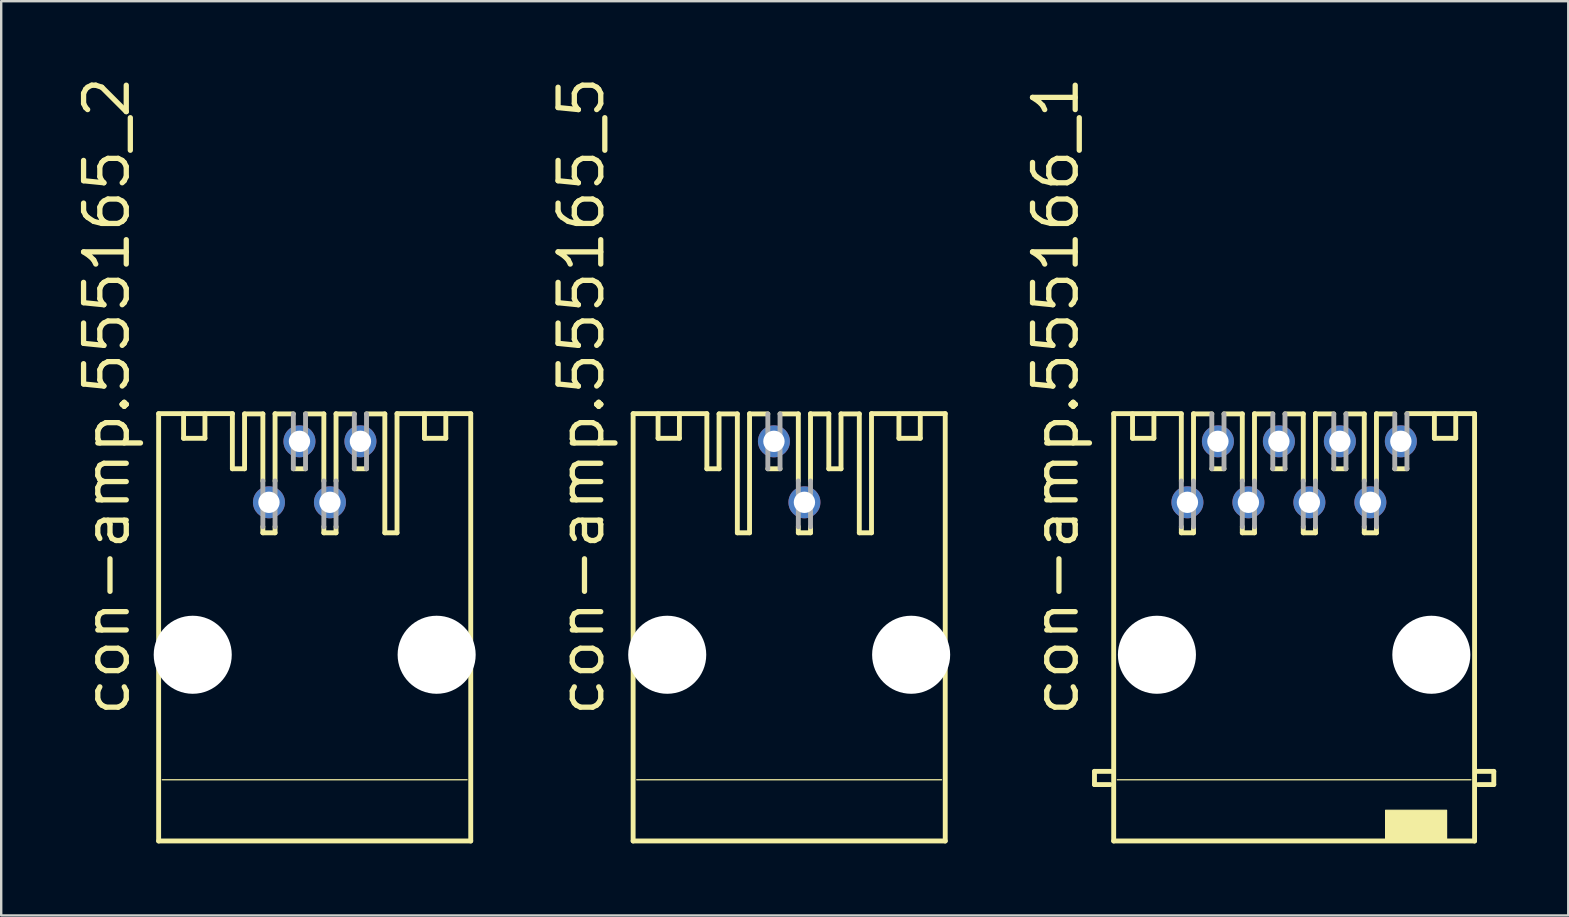
<source format=kicad_pcb>
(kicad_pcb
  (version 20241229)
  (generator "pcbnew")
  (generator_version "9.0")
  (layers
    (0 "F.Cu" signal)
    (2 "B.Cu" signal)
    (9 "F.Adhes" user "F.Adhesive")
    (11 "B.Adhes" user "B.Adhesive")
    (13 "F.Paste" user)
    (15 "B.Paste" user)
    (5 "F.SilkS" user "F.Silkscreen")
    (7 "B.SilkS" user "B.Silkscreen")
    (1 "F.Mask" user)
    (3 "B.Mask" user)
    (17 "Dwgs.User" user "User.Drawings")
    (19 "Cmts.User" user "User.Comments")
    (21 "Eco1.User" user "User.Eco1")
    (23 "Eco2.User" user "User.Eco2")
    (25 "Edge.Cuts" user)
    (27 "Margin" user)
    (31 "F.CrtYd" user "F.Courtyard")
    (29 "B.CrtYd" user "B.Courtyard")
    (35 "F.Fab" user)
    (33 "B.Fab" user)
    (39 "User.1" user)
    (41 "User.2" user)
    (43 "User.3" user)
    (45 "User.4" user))
  (footprint "con-amp.555166_1"
    (layer "F.Cu")
    (at 50.855 23.08)
    (property "Reference" "con-amp.555166_1" (at -8.89 3.81 90) (layer "F.SilkS") (effects (font (size 1.778 1.778) (thickness 0.22)) (justify left bottom)))
    (attr through_hole)
    (fp_line (start -8.316 6) (end -7.616 6) (stroke (width 0.203) (type default)) (layer "F.SilkS"))
    (fp_line (start -8.316 6.55) (end -8.316 6) (stroke (width 0.203) (type default)) (layer "F.SilkS"))
    (fp_line (start -7.666 6.55) (end -8.316 6.55) (stroke (width 0.203) (type default)) (layer "F.SilkS"))
    (fp_line (start -7.516 -8.9) (end -4.699 -8.9) (stroke (width 0.203) (type default)) (layer "F.SilkS"))
    (fp_line (start -7.516 8.9) (end -7.516 -8.9) (stroke (width 0.203) (type default)) (layer "F.SilkS"))
    (fp_line (start -7.366 6.35) (end 7.366 6.35) (stroke (width 0.051) (type default)) (layer "F.SilkS"))
    (fp_line (start -6.731 -8.89) (end -6.731 -7.874) (stroke (width 0.203) (type default)) (layer "F.SilkS"))
    (fp_line (start -6.731 -7.874) (end -5.842 -7.874) (stroke (width 0.203) (type default)) (layer "F.SilkS"))
    (fp_line (start -5.842 -7.874) (end -5.842 -8.89) (stroke (width 0.203) (type default)) (layer "F.SilkS"))
    (fp_line (start -4.699 -6.096) (end -4.699 -8.89) (stroke (width 0.203) (type default)) (layer "F.SilkS"))
    (fp_line (start -4.699 -3.937) (end -4.699 -4.191) (stroke (width 0.203) (type default)) (layer "F.SilkS"))
    (fp_line (start -4.191 -8.89) (end -3.429 -8.89) (stroke (width 0.203) (type default)) (layer "F.SilkS"))
    (fp_line (start -4.191 -6.096) (end -4.191 -8.9) (stroke (width 0.203) (type default)) (layer "F.SilkS"))
    (fp_line (start -4.191 -3.937) (end -4.699 -3.937) (stroke (width 0.203) (type default)) (layer "F.SilkS"))
    (fp_line (start -4.191 -3.937) (end -4.191 -4.191) (stroke (width 0.203) (type default)) (layer "F.SilkS"))
    (fp_line (start -2.921 -8.89) (end -2.159 -8.89) (stroke (width 0.203) (type default)) (layer "F.SilkS"))
    (fp_line (start -2.921 -6.604) (end -3.429 -6.604) (stroke (width 0.203) (type default)) (layer "F.SilkS"))
    (fp_line (start -2.159 -6.096) (end -2.159 -8.89) (stroke (width 0.203) (type default)) (layer "F.SilkS"))
    (fp_line (start -2.159 -3.937) (end -2.159 -4.191) (stroke (width 0.203) (type default)) (layer "F.SilkS"))
    (fp_line (start -1.651 -8.89) (end -0.889 -8.89) (stroke (width 0.203) (type default)) (layer "F.SilkS"))
    (fp_line (start -1.651 -6.096) (end -1.651 -8.9) (stroke (width 0.203) (type default)) (layer "F.SilkS"))
    (fp_line (start -1.651 -3.937) (end -2.159 -3.937) (stroke (width 0.203) (type default)) (layer "F.SilkS"))
    (fp_line (start -1.651 -3.937) (end -1.651 -4.191) (stroke (width 0.203) (type default)) (layer "F.SilkS"))
    (fp_line (start -0.381 -8.89) (end 0.381 -8.89) (stroke (width 0.203) (type default)) (layer "F.SilkS"))
    (fp_line (start -0.381 -6.604) (end -0.889 -6.604) (stroke (width 0.203) (type default)) (layer "F.SilkS"))
    (fp_line (start 0.381 -6.096) (end 0.381 -8.89) (stroke (width 0.203) (type default)) (layer "F.SilkS"))
    (fp_line (start 0.381 -3.937) (end 0.381 -4.191) (stroke (width 0.203) (type default)) (layer "F.SilkS"))
    (fp_line (start 0.889 -8.89) (end 0.889 -8.9) (stroke (width 0.203) (type default)) (layer "F.SilkS"))
    (fp_line (start 0.889 -8.89) (end 1.651 -8.89) (stroke (width 0.203) (type default)) (layer "F.SilkS"))
    (fp_line (start 0.889 -6.096) (end 0.889 -8.89) (stroke (width 0.203) (type default)) (layer "F.SilkS"))
    (fp_line (start 0.889 -3.937) (end 0.381 -3.937) (stroke (width 0.203) (type default)) (layer "F.SilkS"))
    (fp_line (start 0.889 -3.937) (end 0.889 -4.191) (stroke (width 0.203) (type default)) (layer "F.SilkS"))
    (fp_line (start 2.159 -8.89) (end 2.921 -8.89) (stroke (width 0.203) (type default)) (layer "F.SilkS"))
    (fp_line (start 2.159 -6.604) (end 1.651 -6.604) (stroke (width 0.203) (type default)) (layer "F.SilkS"))
    (fp_line (start 2.921 -6.096) (end 2.921 -8.89) (stroke (width 0.203) (type default)) (layer "F.SilkS"))
    (fp_line (start 2.921 -3.937) (end 2.921 -4.191) (stroke (width 0.203) (type default)) (layer "F.SilkS"))
    (fp_line (start 3.429 -8.89) (end 4.191 -8.89) (stroke (width 0.203) (type default)) (layer "F.SilkS"))
    (fp_line (start 3.429 -6.096) (end 3.429 -8.9) (stroke (width 0.203) (type default)) (layer "F.SilkS"))
    (fp_line (start 3.429 -3.937) (end 2.921 -3.937) (stroke (width 0.203) (type default)) (layer "F.SilkS"))
    (fp_line (start 3.429 -3.937) (end 3.429 -4.191) (stroke (width 0.203) (type default)) (layer "F.SilkS"))
    (fp_line (start 4.699 -8.9) (end 7.516 -8.9) (stroke (width 0.203) (type default)) (layer "F.SilkS"))
    (fp_line (start 4.699 -6.604) (end 4.191 -6.604) (stroke (width 0.203) (type default)) (layer "F.SilkS"))
    (fp_line (start 5.842 -7.874) (end 5.842 -8.89) (stroke (width 0.203) (type default)) (layer "F.SilkS"))
    (fp_line (start 6.731 -8.89) (end 6.731 -7.874) (stroke (width 0.203) (type default)) (layer "F.SilkS"))
    (fp_line (start 6.731 -7.874) (end 5.842 -7.874) (stroke (width 0.203) (type default)) (layer "F.SilkS"))
    (fp_line (start 7.516 -8.9) (end 7.516 8.9) (stroke (width 0.203) (type default)) (layer "F.SilkS"))
    (fp_line (start 7.516 8.9) (end -7.516 8.9) (stroke (width 0.203) (type default)) (layer "F.SilkS"))
    (fp_line (start 7.666 6.55) (end 8.316 6.55) (stroke (width 0.203) (type default)) (layer "F.SilkS"))
    (fp_line (start 8.316 6) (end 7.616 6) (stroke (width 0.203) (type default)) (layer "F.SilkS"))
    (fp_line (start 8.316 6.55) (end 8.316 6) (stroke (width 0.203) (type default)) (layer "F.SilkS"))
    (fp_rect (start 3.81 8.89) (end 6.35 7.62) (stroke (width 0.05) (type default)) (fill yes) (layer "F.SilkS"))
    (fp_line (start -4.699 -6.096) (end -4.699 -4.191) (stroke (width 0.203) (type default)) (layer "F.Fab"))
    (fp_line (start -4.191 -6.096) (end -4.191 -4.191) (stroke (width 0.203) (type default)) (layer "F.Fab"))
    (fp_line (start -3.429 -8.89) (end -3.429 -6.604) (stroke (width 0.203) (type default)) (layer "F.Fab"))
    (fp_line (start -2.921 -8.89) (end -2.921 -6.604) (stroke (width 0.203) (type default)) (layer "F.Fab"))
    (fp_line (start -2.159 -6.096) (end -2.159 -4.191) (stroke (width 0.203) (type default)) (layer "F.Fab"))
    (fp_line (start -1.651 -6.096) (end -1.651 -4.191) (stroke (width 0.203) (type default)) (layer "F.Fab"))
    (fp_line (start -0.889 -8.89) (end -0.889 -6.604) (stroke (width 0.203) (type default)) (layer "F.Fab"))
    (fp_line (start -0.381 -8.89) (end -0.381 -6.604) (stroke (width 0.203) (type default)) (layer "F.Fab"))
    (fp_line (start 0.381 -6.096) (end 0.381 -4.191) (stroke (width 0.203) (type default)) (layer "F.Fab"))
    (fp_line (start 0.889 -6.096) (end 0.889 -4.191) (stroke (width 0.203) (type default)) (layer "F.Fab"))
    (fp_line (start 1.651 -8.89) (end 1.651 -6.604) (stroke (width 0.203) (type default)) (layer "F.Fab"))
    (fp_line (start 2.159 -8.89) (end 2.159 -6.604) (stroke (width 0.203) (type default)) (layer "F.Fab"))
    (fp_line (start 2.921 -6.096) (end 2.921 -4.191) (stroke (width 0.203) (type default)) (layer "F.Fab"))
    (fp_line (start 3.429 -6.096) (end 3.429 -4.191) (stroke (width 0.203) (type default)) (layer "F.Fab"))
    (fp_line (start 4.191 -8.89) (end 4.191 -6.604) (stroke (width 0.203) (type default)) (layer "F.Fab"))
    (fp_line (start 4.699 -8.89) (end 4.699 -6.604) (stroke (width 0.203) (type default)) (layer "F.Fab"))
    (pad "" np_thru_hole circle (at -5.715 1.143) (size 3.251 3.251) (drill 3.251) (layers "*.Cu" "*.Mask"))
    (pad "" np_thru_hole circle (at 5.715 1.143) (size 3.251 3.251) (drill 3.251) (layers "*.Cu" "*.Mask"))
    (pad "1" thru_hole circle (at -4.445 -5.207) (size 1.333 1.333) (drill 0.889) (layers "*.Cu" "*.Mask"))
    (pad "2" thru_hole circle (at -3.175 -7.747) (size 1.333 1.333) (drill 0.889) (layers "*.Cu" "*.Mask"))
    (pad "3" thru_hole circle (at -1.905 -5.207) (size 1.333 1.333) (drill 0.889) (layers "*.Cu" "*.Mask"))
    (pad "4" thru_hole circle (at -0.635 -7.747) (size 1.333 1.333) (drill 0.889) (layers "*.Cu" "*.Mask"))
    (pad "5" thru_hole circle (at 0.635 -5.207) (size 1.333 1.333) (drill 0.889) (layers "*.Cu" "*.Mask"))
    (pad "6" thru_hole circle (at 1.905 -7.747) (size 1.333 1.333) (drill 0.889) (layers "*.Cu" "*.Mask"))
    (pad "7" thru_hole circle (at 3.175 -5.207) (size 1.333 1.333) (drill 0.889) (layers "*.Cu" "*.Mask"))
    (pad "8" thru_hole circle (at 4.445 -7.747) (size 1.333 1.333) (drill 0.889) (layers "*.Cu" "*.Mask")))
  (footprint "con-amp.555165_5"
    (layer "F.Cu")
    (at 29.822 23.08)
    (property "Reference" "con-amp.555165_5" (at -7.62 3.81 90) (layer "F.SilkS") (effects (font (size 1.778 1.778) (thickness 0.22)) (justify left bottom)))
    (attr through_hole)
    (fp_line (start -6.5 -8.9) (end -3.429 -8.9) (stroke (width 0.203) (type default)) (layer "F.SilkS"))
    (fp_line (start -6.5 8.9) (end -6.5 -8.9) (stroke (width 0.203) (type default)) (layer "F.SilkS"))
    (fp_line (start -6.35 6.35) (end 6.35 6.35) (stroke (width 0.051) (type default)) (layer "F.SilkS"))
    (fp_line (start -5.461 -8.89) (end -5.461 -7.874) (stroke (width 0.203) (type default)) (layer "F.SilkS"))
    (fp_line (start -5.461 -7.874) (end -4.572 -7.874) (stroke (width 0.203) (type default)) (layer "F.SilkS"))
    (fp_line (start -4.572 -7.874) (end -4.572 -8.89) (stroke (width 0.203) (type default)) (layer "F.SilkS"))
    (fp_line (start -3.429 -8.9) (end -3.429 -6.604) (stroke (width 0.203) (type default)) (layer "F.SilkS"))
    (fp_line (start -2.921 -8.89) (end -2.921 -6.604) (stroke (width 0.203) (type default)) (layer "F.SilkS"))
    (fp_line (start -2.921 -8.89) (end -2.159 -8.89) (stroke (width 0.203) (type default)) (layer "F.SilkS"))
    (fp_line (start -2.921 -6.604) (end -3.429 -6.604) (stroke (width 0.203) (type default)) (layer "F.SilkS"))
    (fp_line (start -2.159 -3.937) (end -2.159 -8.89) (stroke (width 0.203) (type default)) (layer "F.SilkS"))
    (fp_line (start -1.651 -8.89) (end -0.889 -8.89) (stroke (width 0.203) (type default)) (layer "F.SilkS"))
    (fp_line (start -1.651 -3.937) (end -2.159 -3.937) (stroke (width 0.203) (type default)) (layer "F.SilkS"))
    (fp_line (start -1.651 -3.937) (end -1.651 -8.9) (stroke (width 0.203) (type default)) (layer "F.SilkS"))
    (fp_line (start -0.381 -8.89) (end 0.381 -8.89) (stroke (width 0.203) (type default)) (layer "F.SilkS"))
    (fp_line (start -0.381 -6.604) (end -0.889 -6.604) (stroke (width 0.203) (type default)) (layer "F.SilkS"))
    (fp_line (start 0.381 -6.096) (end 0.381 -8.89) (stroke (width 0.203) (type default)) (layer "F.SilkS"))
    (fp_line (start 0.381 -3.937) (end 0.381 -4.191) (stroke (width 0.203) (type default)) (layer "F.SilkS"))
    (fp_line (start 0.889 -8.89) (end 1.651 -8.89) (stroke (width 0.203) (type default)) (layer "F.SilkS"))
    (fp_line (start 0.889 -6.096) (end 0.889 -8.9) (stroke (width 0.203) (type default)) (layer "F.SilkS"))
    (fp_line (start 0.889 -3.937) (end 0.381 -3.937) (stroke (width 0.203) (type default)) (layer "F.SilkS"))
    (fp_line (start 0.889 -3.937) (end 0.889 -4.191) (stroke (width 0.203) (type default)) (layer "F.SilkS"))
    (fp_line (start 1.651 -8.89) (end 1.651 -6.604) (stroke (width 0.203) (type default)) (layer "F.SilkS"))
    (fp_line (start 2.159 -8.89) (end 2.159 -6.604) (stroke (width 0.203) (type default)) (layer "F.SilkS"))
    (fp_line (start 2.159 -8.89) (end 2.921 -8.89) (stroke (width 0.203) (type default)) (layer "F.SilkS"))
    (fp_line (start 2.159 -6.604) (end 1.651 -6.604) (stroke (width 0.203) (type default)) (layer "F.SilkS"))
    (fp_line (start 2.921 -3.937) (end 2.921 -8.89) (stroke (width 0.203) (type default)) (layer "F.SilkS"))
    (fp_line (start 3.429 -8.9) (end 6.5 -8.9) (stroke (width 0.203) (type default)) (layer "F.SilkS"))
    (fp_line (start 3.429 -3.937) (end 2.921 -3.937) (stroke (width 0.203) (type default)) (layer "F.SilkS"))
    (fp_line (start 3.429 -3.937) (end 3.429 -8.9) (stroke (width 0.203) (type default)) (layer "F.SilkS"))
    (fp_line (start 4.572 -7.874) (end 4.572 -8.89) (stroke (width 0.203) (type default)) (layer "F.SilkS"))
    (fp_line (start 5.461 -8.89) (end 5.461 -7.874) (stroke (width 0.203) (type default)) (layer "F.SilkS"))
    (fp_line (start 5.461 -7.874) (end 4.572 -7.874) (stroke (width 0.203) (type default)) (layer "F.SilkS"))
    (fp_line (start 6.5 -8.9) (end 6.5 8.9) (stroke (width 0.203) (type default)) (layer "F.SilkS"))
    (fp_line (start 6.5 8.9) (end -6.5 8.9) (stroke (width 0.203) (type default)) (layer "F.SilkS"))
    (fp_line (start -0.889 -8.89) (end -0.889 -6.604) (stroke (width 0.203) (type default)) (layer "F.Fab"))
    (fp_line (start -0.381 -8.89) (end -0.381 -6.604) (stroke (width 0.203) (type default)) (layer "F.Fab"))
    (fp_line (start 0.381 -6.096) (end 0.381 -4.191) (stroke (width 0.203) (type default)) (layer "F.Fab"))
    (fp_line (start 0.889 -6.096) (end 0.889 -4.191) (stroke (width 0.203) (type default)) (layer "F.Fab"))
    (pad "" np_thru_hole circle (at -5.08 1.143) (size 3.251 3.251) (drill 3.251) (layers "*.Cu" "*.Mask"))
    (pad "" np_thru_hole circle (at 5.08 1.143) (size 3.251 3.251) (drill 3.251) (layers "*.Cu" "*.Mask"))
    (pad "1" thru_hole circle (at -0.635 -7.747) (size 1.333 1.333) (drill 0.889) (layers "*.Cu" "*.Mask"))
    (pad "2" thru_hole circle (at 0.635 -5.207) (size 1.333 1.333) (drill 0.889) (layers "*.Cu" "*.Mask")))
  (footprint "con-amp.555165_2"
    (layer "F.Cu")
    (at 10.058 23.08)
    (property "Reference" "con-amp.555165_2" (at -7.62 3.81 90) (layer "F.SilkS") (effects (font (size 1.778 1.778) (thickness 0.22)) (justify left bottom)))
    (attr through_hole)
    (fp_line (start -6.5 -8.9) (end -3.429 -8.9) (stroke (width 0.203) (type default)) (layer "F.SilkS"))
    (fp_line (start -6.5 8.9) (end -6.5 -8.9) (stroke (width 0.203) (type default)) (layer "F.SilkS"))
    (fp_line (start -6.35 6.35) (end 6.35 6.35) (stroke (width 0.051) (type default)) (layer "F.SilkS"))
    (fp_line (start -5.461 -8.89) (end -5.461 -7.874) (stroke (width 0.203) (type default)) (layer "F.SilkS"))
    (fp_line (start -5.461 -7.874) (end -4.572 -7.874) (stroke (width 0.203) (type default)) (layer "F.SilkS"))
    (fp_line (start -4.572 -7.874) (end -4.572 -8.89) (stroke (width 0.203) (type default)) (layer "F.SilkS"))
    (fp_line (start -3.429 -8.9) (end -3.429 -6.604) (stroke (width 0.203) (type default)) (layer "F.SilkS"))
    (fp_line (start -2.921 -8.89) (end -2.921 -6.604) (stroke (width 0.203) (type default)) (layer "F.SilkS"))
    (fp_line (start -2.921 -8.89) (end -2.159 -8.89) (stroke (width 0.203) (type default)) (layer "F.SilkS"))
    (fp_line (start -2.921 -6.604) (end -3.429 -6.604) (stroke (width 0.203) (type default)) (layer "F.SilkS"))
    (fp_line (start -2.159 -6.096) (end -2.159 -8.89) (stroke (width 0.203) (type default)) (layer "F.SilkS"))
    (fp_line (start -2.159 -3.937) (end -2.159 -4.191) (stroke (width 0.203) (type default)) (layer "F.SilkS"))
    (fp_line (start -1.651 -8.89) (end -0.889 -8.89) (stroke (width 0.203) (type default)) (layer "F.SilkS"))
    (fp_line (start -1.651 -6.096) (end -1.651 -8.9) (stroke (width 0.203) (type default)) (layer "F.SilkS"))
    (fp_line (start -1.651 -3.937) (end -2.159 -3.937) (stroke (width 0.203) (type default)) (layer "F.SilkS"))
    (fp_line (start -1.651 -3.937) (end -1.651 -4.191) (stroke (width 0.203) (type default)) (layer "F.SilkS"))
    (fp_line (start -0.381 -8.89) (end 0.381 -8.89) (stroke (width 0.203) (type default)) (layer "F.SilkS"))
    (fp_line (start -0.381 -6.604) (end -0.889 -6.604) (stroke (width 0.203) (type default)) (layer "F.SilkS"))
    (fp_line (start 0.381 -6.096) (end 0.381 -8.89) (stroke (width 0.203) (type default)) (layer "F.SilkS"))
    (fp_line (start 0.381 -3.937) (end 0.381 -4.191) (stroke (width 0.203) (type default)) (layer "F.SilkS"))
    (fp_line (start 0.889 -8.89) (end 1.651 -8.89) (stroke (width 0.203) (type default)) (layer "F.SilkS"))
    (fp_line (start 0.889 -6.096) (end 0.889 -8.9) (stroke (width 0.203) (type default)) (layer "F.SilkS"))
    (fp_line (start 0.889 -3.937) (end 0.381 -3.937) (stroke (width 0.203) (type default)) (layer "F.SilkS"))
    (fp_line (start 0.889 -3.937) (end 0.889 -4.191) (stroke (width 0.203) (type default)) (layer "F.SilkS"))
    (fp_line (start 2.159 -8.89) (end 2.921 -8.89) (stroke (width 0.203) (type default)) (layer "F.SilkS"))
    (fp_line (start 2.159 -6.604) (end 1.651 -6.604) (stroke (width 0.203) (type default)) (layer "F.SilkS"))
    (fp_line (start 2.921 -3.937) (end 2.921 -8.89) (stroke (width 0.203) (type default)) (layer "F.SilkS"))
    (fp_line (start 3.429 -8.9) (end 6.5 -8.9) (stroke (width 0.203) (type default)) (layer "F.SilkS"))
    (fp_line (start 3.429 -3.937) (end 2.921 -3.937) (stroke (width 0.203) (type default)) (layer "F.SilkS"))
    (fp_line (start 3.429 -3.937) (end 3.429 -8.9) (stroke (width 0.203) (type default)) (layer "F.SilkS"))
    (fp_line (start 4.572 -7.874) (end 4.572 -8.89) (stroke (width 0.203) (type default)) (layer "F.SilkS"))
    (fp_line (start 5.461 -8.89) (end 5.461 -7.874) (stroke (width 0.203) (type default)) (layer "F.SilkS"))
    (fp_line (start 5.461 -7.874) (end 4.572 -7.874) (stroke (width 0.203) (type default)) (layer "F.SilkS"))
    (fp_line (start 6.5 -8.9) (end 6.5 8.9) (stroke (width 0.203) (type default)) (layer "F.SilkS"))
    (fp_line (start 6.5 8.9) (end -6.5 8.9) (stroke (width 0.203) (type default)) (layer "F.SilkS"))
    (fp_line (start -2.159 -6.096) (end -2.159 -4.191) (stroke (width 0.203) (type default)) (layer "F.Fab"))
    (fp_line (start -1.651 -6.096) (end -1.651 -4.191) (stroke (width 0.203) (type default)) (layer "F.Fab"))
    (fp_line (start -0.889 -8.89) (end -0.889 -6.604) (stroke (width 0.203) (type default)) (layer "F.Fab"))
    (fp_line (start -0.381 -8.89) (end -0.381 -6.604) (stroke (width 0.203) (type default)) (layer "F.Fab"))
    (fp_line (start 0.381 -6.096) (end 0.381 -4.191) (stroke (width 0.203) (type default)) (layer "F.Fab"))
    (fp_line (start 0.889 -6.096) (end 0.889 -4.191) (stroke (width 0.203) (type default)) (layer "F.Fab"))
    (fp_line (start 1.651 -8.89) (end 1.651 -6.604) (stroke (width 0.203) (type default)) (layer "F.Fab"))
    (fp_line (start 2.159 -8.89) (end 2.159 -6.604) (stroke (width 0.203) (type default)) (layer "F.Fab"))
    (pad "" np_thru_hole circle (at -5.08 1.143) (size 3.251 3.251) (drill 3.251) (layers "*.Cu" "*.Mask"))
    (pad "" np_thru_hole circle (at 5.08 1.143) (size 3.251 3.251) (drill 3.251) (layers "*.Cu" "*.Mask"))
    (pad "1" thru_hole circle (at -1.905 -5.207) (size 1.333 1.333) (drill 0.889) (layers "*.Cu" "*.Mask"))
    (pad "2" thru_hole circle (at -0.635 -7.747) (size 1.333 1.333) (drill 0.889) (layers "*.Cu" "*.Mask"))
    (pad "3" thru_hole circle (at 0.635 -5.207) (size 1.333 1.333) (drill 0.889) (layers "*.Cu" "*.Mask"))
    (pad "4" thru_hole circle (at 1.905 -7.747) (size 1.333 1.333) (drill 0.889) (layers "*.Cu" "*.Mask")))
  (gr_rect
    (start -3 -3)
    (end 62.273 35.081)
    (stroke (width 0.1) (type default))
    (fill no)
    (layer "Edge.Cuts")))
</source>
